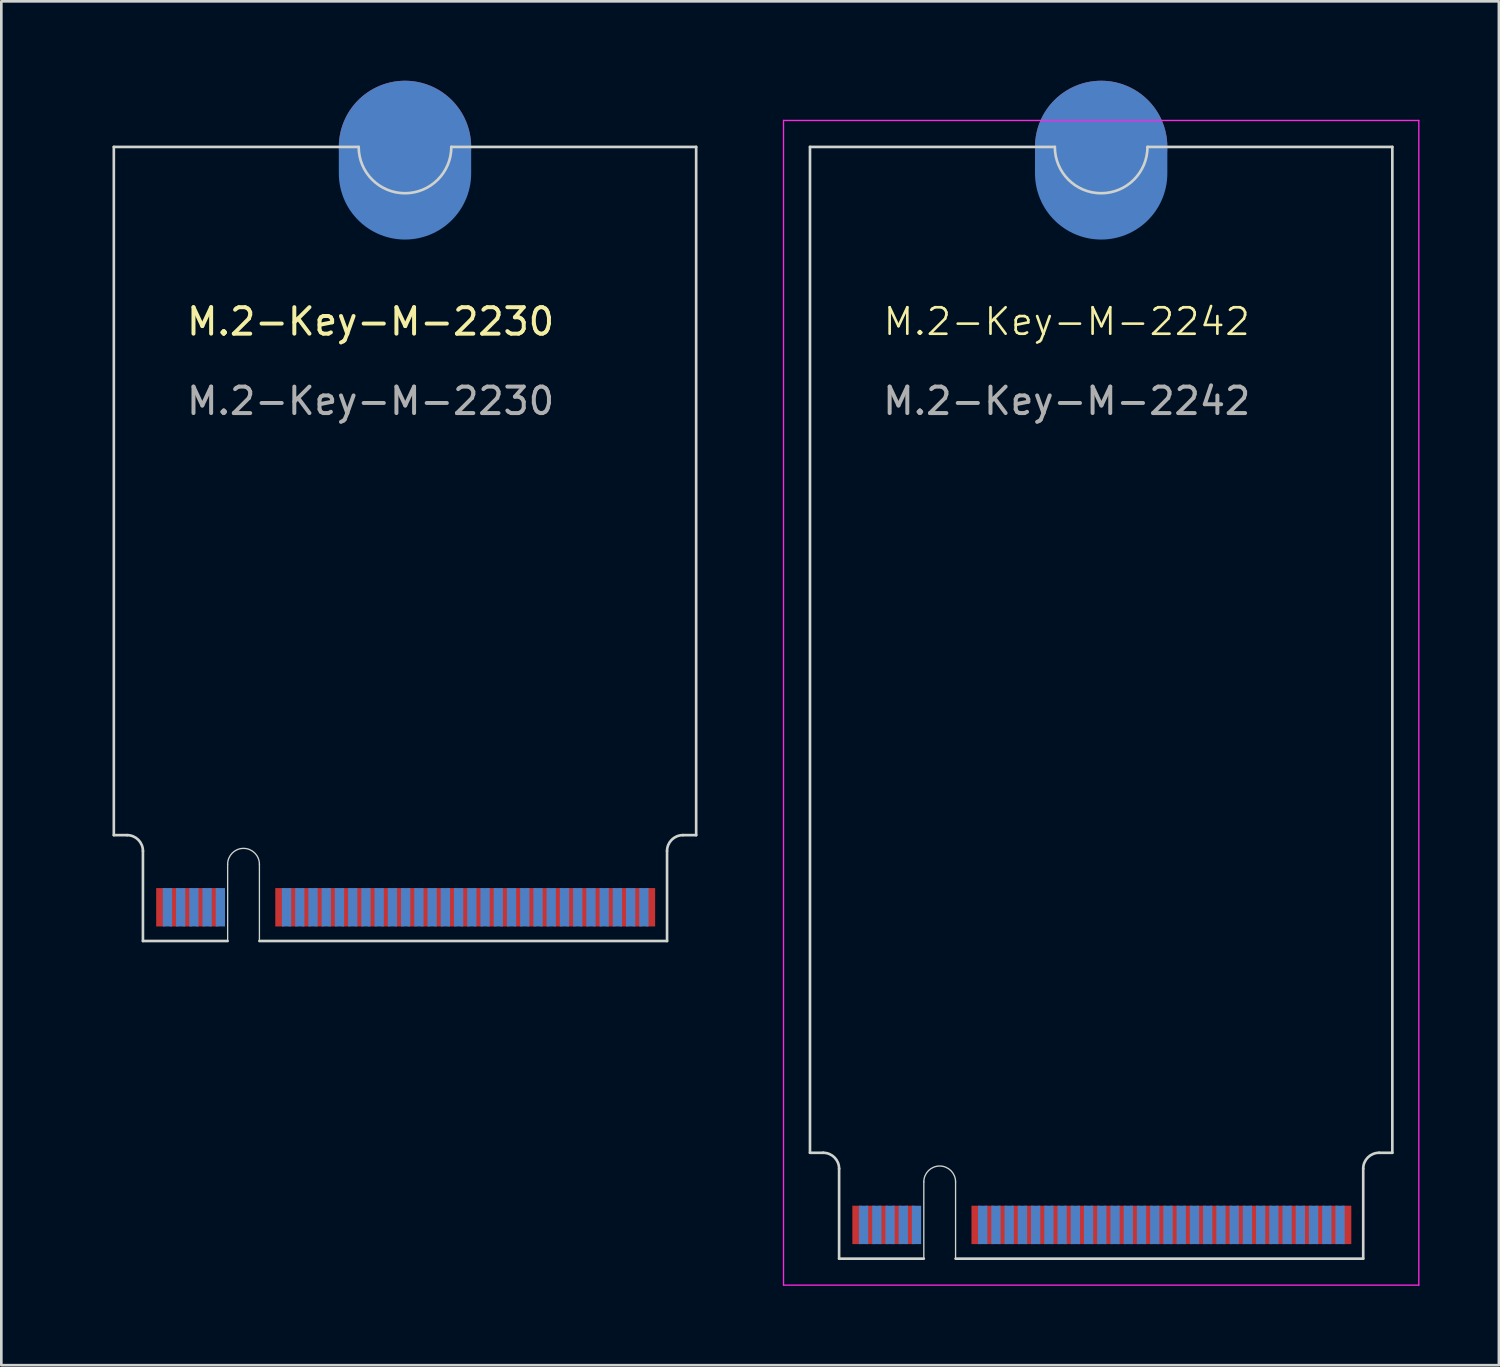
<source format=kicad_pcb>
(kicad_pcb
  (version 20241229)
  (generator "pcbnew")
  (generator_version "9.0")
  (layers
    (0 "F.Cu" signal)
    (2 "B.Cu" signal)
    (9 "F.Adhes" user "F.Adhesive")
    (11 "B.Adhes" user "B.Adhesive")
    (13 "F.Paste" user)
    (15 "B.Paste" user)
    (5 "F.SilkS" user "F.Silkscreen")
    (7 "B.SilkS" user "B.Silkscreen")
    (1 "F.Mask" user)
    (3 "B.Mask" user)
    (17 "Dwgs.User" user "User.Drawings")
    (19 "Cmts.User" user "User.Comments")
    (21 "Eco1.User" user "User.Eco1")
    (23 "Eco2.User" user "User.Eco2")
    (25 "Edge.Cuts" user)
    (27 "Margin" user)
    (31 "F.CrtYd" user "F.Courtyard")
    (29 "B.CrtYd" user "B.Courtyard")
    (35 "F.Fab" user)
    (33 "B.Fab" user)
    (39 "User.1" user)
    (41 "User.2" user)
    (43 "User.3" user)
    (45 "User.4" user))
  (footprint "M.2-Key-M-2242"
    (layer "F.Cu")
    (at 26.55 1.5)
    (property "Reference" "M.2-Key-M-2242" (at 10.7 7.6 0) (unlocked yes) (layer "F.SilkS") (effects (font (size 1 1) (thickness 0.1))))
    (attr exclude_from_pos_files exclude_from_bom allow_missing_courtyard)
    (fp_line (start 1 1) (end 1 39) (stroke (width 0.1) (type default)) (layer "Edge.Cuts"))
    (fp_line (start 1 1) (end 10.25 1) (stroke (width 0.1) (type default)) (layer "Edge.Cuts"))
    (fp_line (start 1 39) (end 1.5 39) (stroke (width 0.1) (type default)) (layer "Edge.Cuts"))
    (fp_line (start 2.1 39.6) (end 2.1 43) (stroke (width 0.1) (type default)) (layer "Edge.Cuts"))
    (fp_line (start 2.1 43) (end 5.3 43) (stroke (width 0.1) (type default)) (layer "Edge.Cuts"))
    (fp_line (start 5.3 43) (end 5.3 40.1) (stroke (width 0.05) (type default)) (layer "Edge.Cuts"))
    (fp_line (start 6.5 40.1) (end 6.5 43) (stroke (width 0.05) (type default)) (layer "Edge.Cuts"))
    (fp_line (start 6.5 43) (end 21.9 43) (stroke (width 0.1) (type default)) (layer "Edge.Cuts"))
    (fp_line (start 21.9 39.6) (end 21.9 43) (stroke (width 0.1) (type default)) (layer "Edge.Cuts"))
    (fp_line (start 23 1) (end 13.75 1) (stroke (width 0.1) (type default)) (layer "Edge.Cuts"))
    (fp_line (start 23 1) (end 23 39) (stroke (width 0.1) (type default)) (layer "Edge.Cuts"))
    (fp_line (start 23 39) (end 22.5 39) (stroke (width 0.1) (type default)) (layer "Edge.Cuts"))
    (fp_arc (start 1.5 39) (mid 1.924264 39.175736) (end 2.1 39.6) (stroke (width 0.1) (type default)) (layer "Edge.Cuts"))
    (fp_arc (start 5.3 40.1) (mid 5.9 39.5) (end 6.5 40.1) (stroke (width 0.05) (type default)) (layer "Edge.Cuts"))
    (fp_arc (start 13.75 1) (mid 12 2.75) (end 10.25 1) (stroke (width 0.1) (type default)) (layer "Edge.Cuts"))
    (fp_arc (start 21.9 39.6) (mid 22.075736 39.175736) (end 22.5 39) (stroke (width 0.1) (type default)) (layer "Edge.Cuts"))
    (fp_line (start 0 0) (end 0 44) (stroke (width 0.05) (type default)) (layer "F.CrtYd"))
    (fp_line (start 0 44) (end 24 44) (stroke (width 0.05) (type default)) (layer "F.CrtYd"))
    (fp_line (start 24 0) (end 0 0) (stroke (width 0.05) (type default)) (layer "F.CrtYd"))
    (fp_line (start 24 44) (end 24 0) (stroke (width 0.05) (type default)) (layer "F.CrtYd"))
    (fp_text user "${REFERENCE}" (at 10.7 10.6 0) (unlocked yes) (layer "F.Fab") (effects (font (size 1 1) (thickness 0.15))))
    (pad "1" connect rect (at 21.275 41.725) (size 0.35 1.45) (layers "F.Cu" "F.Mask"))
    (pad "2" connect rect (at 21.025 41.725) (size 0.35 1.45) (layers "B.Cu" "B.Mask"))
    (pad "3" connect rect (at 20.775 41.725) (size 0.35 1.45) (layers "F.Cu" "F.Mask"))
    (pad "4" connect rect (at 20.525 41.725) (size 0.35 1.45) (layers "B.Cu" "B.Mask"))
    (pad "5" connect rect (at 20.275 41.725) (size 0.35 1.45) (layers "F.Cu" "F.Mask"))
    (pad "6" connect rect (at 20.025 41.725) (size 0.35 1.45) (layers "B.Cu" "B.Mask"))
    (pad "7" connect rect (at 19.775 41.725) (size 0.35 1.45) (layers "F.Cu" "F.Mask"))
    (pad "8" connect rect (at 19.525 41.725) (size 0.35 1.45) (layers "B.Cu" "B.Mask"))
    (pad "9" connect rect (at 19.275 41.725) (size 0.35 1.45) (layers "F.Cu" "F.Mask"))
    (pad "10" connect rect (at 19.025 41.725) (size 0.35 1.45) (layers "B.Cu" "B.Mask"))
    (pad "11" connect rect (at 18.775 41.725) (size 0.35 1.45) (layers "F.Cu" "F.Mask"))
    (pad "12" connect rect (at 18.525 41.725) (size 0.35 1.45) (layers "B.Cu" "B.Mask"))
    (pad "13" connect rect (at 18.275 41.725) (size 0.35 1.45) (layers "F.Cu" "F.Mask"))
    (pad "14" connect rect (at 18.025 41.725) (size 0.35 1.45) (layers "B.Cu" "B.Mask"))
    (pad "15" connect rect (at 17.775 41.725) (size 0.35 1.45) (layers "F.Cu" "F.Mask"))
    (pad "16" connect rect (at 17.525 41.725) (size 0.35 1.45) (layers "B.Cu" "B.Mask"))
    (pad "17" connect rect (at 17.275 41.725) (size 0.35 1.45) (layers "F.Cu" "F.Mask"))
    (pad "18" connect rect (at 17.025 41.725) (size 0.35 1.45) (layers "B.Cu" "B.Mask"))
    (pad "19" connect rect (at 16.775 41.725) (size 0.35 1.45) (layers "F.Cu" "F.Mask"))
    (pad "20" connect rect (at 16.525 41.725) (size 0.35 1.45) (layers "B.Cu" "B.Mask"))
    (pad "21" connect rect (at 16.275 41.725) (size 0.35 1.45) (layers "F.Cu" "F.Mask"))
    (pad "22" connect rect (at 16.025 41.725) (size 0.35 1.45) (layers "B.Cu" "B.Mask"))
    (pad "23" connect rect (at 15.775 41.725) (size 0.35 1.45) (layers "F.Cu" "F.Mask"))
    (pad "24" connect rect (at 15.525 41.725) (size 0.35 1.45) (layers "B.Cu" "B.Mask"))
    (pad "25" connect rect (at 15.275 41.725) (size 0.35 1.45) (layers "F.Cu" "F.Mask"))
    (pad "26" connect rect (at 15.025 41.725) (size 0.35 1.45) (layers "B.Cu" "B.Mask"))
    (pad "27" connect rect (at 14.775 41.725) (size 0.35 1.45) (layers "F.Cu" "F.Mask"))
    (pad "28" connect rect (at 14.525 41.725) (size 0.35 1.45) (layers "B.Cu" "B.Mask"))
    (pad "29" connect rect (at 14.275 41.725) (size 0.35 1.45) (layers "F.Cu" "F.Mask"))
    (pad "30" connect rect (at 14.025 41.725) (size 0.35 1.45) (layers "B.Cu" "B.Mask"))
    (pad "31" connect rect (at 13.775 41.725) (size 0.35 1.45) (layers "F.Cu" "F.Mask"))
    (pad "32" connect rect (at 13.525 41.725) (size 0.35 1.45) (layers "B.Cu" "B.Mask"))
    (pad "33" connect rect (at 13.275 41.725) (size 0.35 1.45) (layers "F.Cu" "F.Mask"))
    (pad "34" connect rect (at 13.025 41.725) (size 0.35 1.45) (layers "B.Cu" "B.Mask"))
    (pad "35" connect rect (at 12.775 41.725) (size 0.35 1.45) (layers "F.Cu" "F.Mask"))
    (pad "36" connect rect (at 12.525 41.725) (size 0.35 1.45) (layers "B.Cu" "B.Mask"))
    (pad "37" connect rect (at 12.275 41.725) (size 0.35 1.45) (layers "F.Cu" "F.Mask"))
    (pad "38" connect rect (at 12.025 41.725) (size 0.35 1.45) (layers "B.Cu" "B.Mask"))
    (pad "39" connect rect (at 11.775 41.725) (size 0.35 1.45) (layers "F.Cu" "F.Mask"))
    (pad "40" connect rect (at 11.525 41.725) (size 0.35 1.45) (layers "B.Cu" "B.Mask"))
    (pad "41" connect rect (at 11.275 41.725) (size 0.35 1.45) (layers "F.Cu" "F.Mask"))
    (pad "42" connect rect (at 11.025 41.725) (size 0.35 1.45) (layers "B.Cu" "B.Mask"))
    (pad "43" connect rect (at 10.775 41.725) (size 0.35 1.45) (layers "F.Cu" "F.Mask"))
    (pad "44" connect rect (at 10.525 41.725) (size 0.35 1.45) (layers "B.Cu" "B.Mask"))
    (pad "45" connect rect (at 10.275 41.725) (size 0.35 1.45) (layers "F.Cu" "F.Mask"))
    (pad "46" connect rect (at 10.025 41.725) (size 0.35 1.45) (layers "B.Cu" "B.Mask"))
    (pad "47" connect rect (at 9.775 41.725) (size 0.35 1.45) (layers "F.Cu" "F.Mask"))
    (pad "48" connect rect (at 9.525 41.725) (size 0.35 1.45) (layers "B.Cu" "B.Mask"))
    (pad "49" connect rect (at 9.275 41.725) (size 0.35 1.45) (layers "F.Cu" "F.Mask"))
    (pad "50" connect rect (at 9.025 41.725) (size 0.35 1.45) (layers "B.Cu" "B.Mask"))
    (pad "51" connect rect (at 8.775 41.725) (size 0.35 1.45) (layers "F.Cu" "F.Mask"))
    (pad "52" connect rect (at 8.525 41.725) (size 0.35 1.45) (layers "B.Cu" "B.Mask"))
    (pad "53" connect rect (at 8.275 41.725) (size 0.35 1.45) (layers "F.Cu" "F.Mask"))
    (pad "54" connect rect (at 8.025 41.725) (size 0.35 1.45) (layers "B.Cu" "B.Mask"))
    (pad "55" connect rect (at 7.775 41.725) (size 0.35 1.45) (layers "F.Cu" "F.Mask"))
    (pad "56" connect rect (at 7.525 41.725) (size 0.35 1.45) (layers "B.Cu" "B.Mask"))
    (pad "57" connect rect (at 7.275 41.725) (size 0.35 1.45) (layers "F.Cu" "F.Mask"))
    (pad "66" connect rect (at 5.025 41.725) (size 0.35 1.45) (layers "B.Cu" "B.Mask"))
    (pad "67" connect rect (at 4.775 41.725) (size 0.35 1.45) (layers "F.Cu" "F.Mask"))
    (pad "68" connect rect (at 4.525 41.725) (size 0.35 1.45) (layers "B.Cu" "B.Mask"))
    (pad "69" connect rect (at 4.275 41.725) (size 0.35 1.45) (layers "F.Cu" "F.Mask"))
    (pad "70" connect rect (at 4.025 41.725) (size 0.35 1.45) (layers "B.Cu" "B.Mask"))
    (pad "71" connect rect (at 3.775 41.725) (size 0.35 1.45) (layers "F.Cu" "F.Mask"))
    (pad "72" connect rect (at 3.525 41.725) (size 0.35 1.45) (layers "B.Cu" "B.Mask"))
    (pad "73" connect rect (at 3.275 41.725) (size 0.35 1.45) (layers "F.Cu" "F.Mask"))
    (pad "74" connect rect (at 3.025 41.725) (size 0.35 1.45) (layers "B.Cu" "B.Mask"))
    (pad "75" connect rect (at 2.775 41.725) (size 0.35 1.45) (layers "F.Cu" "F.Mask"))
    (pad "76" connect circle (at 12 1) (size 5 5) (layers "F.Cu" "F.Mask"))
    (pad "76" connect oval (at 12 1.5) (size 5 6) (layers "B.Cu" "B.Mask")))
  (footprint "M.2-Key-M-2230"
    (layer "F.Cu")
    (at 0.25 1.5)
    (property "Reference" "M.2-Key-M-2230" (at 10.7 7.6 0) (unlocked yes) (layer "F.SilkS") (effects (font (size 1 1) (thickness 0.15))))
    (attr exclude_from_pos_files exclude_from_bom allow_missing_courtyard)
    (fp_line (start 1 1) (end 1 27) (stroke (width 0.1) (type default)) (layer "Edge.Cuts"))
    (fp_line (start 1 1) (end 10.25 1) (stroke (width 0.1) (type default)) (layer "Edge.Cuts"))
    (fp_line (start 1 27) (end 1.5 27) (stroke (width 0.1) (type default)) (layer "Edge.Cuts"))
    (fp_line (start 2.1 27.6) (end 2.1 31) (stroke (width 0.1) (type default)) (layer "Edge.Cuts"))
    (fp_line (start 2.1 31) (end 5.3 31) (stroke (width 0.1) (type default)) (layer "Edge.Cuts"))
    (fp_line (start 5.3 31) (end 5.3 28.1) (stroke (width 0.05) (type default)) (layer "Edge.Cuts"))
    (fp_line (start 6.5 28.1) (end 6.5 31) (stroke (width 0.05) (type default)) (layer "Edge.Cuts"))
    (fp_line (start 6.5 31) (end 21.9 31) (stroke (width 0.1) (type default)) (layer "Edge.Cuts"))
    (fp_line (start 21.9 27.6) (end 21.9 31) (stroke (width 0.1) (type default)) (layer "Edge.Cuts"))
    (fp_line (start 23 1) (end 13.75 1) (stroke (width 0.1) (type default)) (layer "Edge.Cuts"))
    (fp_line (start 23 1) (end 23 27) (stroke (width 0.1) (type default)) (layer "Edge.Cuts"))
    (fp_line (start 23 27) (end 22.5 27) (stroke (width 0.1) (type default)) (layer "Edge.Cuts"))
    (fp_arc (start 1.5 27) (mid 1.924264 27.175736) (end 2.1 27.6) (stroke (width 0.1) (type default)) (layer "Edge.Cuts"))
    (fp_arc (start 5.3 28.1) (mid 5.9 27.5) (end 6.5 28.1) (stroke (width 0.05) (type default)) (layer "Edge.Cuts"))
    (fp_arc (start 13.75 1) (mid 12 2.75) (end 10.25 1) (stroke (width 0.1) (type default)) (layer "Edge.Cuts"))
    (fp_arc (start 21.9 27.6) (mid 22.075736 27.175736) (end 22.5 27) (stroke (width 0.1) (type default)) (layer "Edge.Cuts"))
    (fp_text user "${REFERENCE}" (at 10.7 10.6 0) (unlocked yes) (layer "F.Fab") (effects (font (size 1 1) (thickness 0.15))))
    (pad "1" connect rect (at 21.275 29.725) (size 0.35 1.45) (layers "F.Cu" "F.Mask"))
    (pad "2" connect rect (at 21.025 29.725) (size 0.35 1.45) (layers "B.Cu" "B.Mask"))
    (pad "3" connect rect (at 20.775 29.725) (size 0.35 1.45) (layers "F.Cu" "F.Mask"))
    (pad "4" connect rect (at 20.525 29.725) (size 0.35 1.45) (layers "B.Cu" "B.Mask"))
    (pad "5" connect rect (at 20.275 29.725) (size 0.35 1.45) (layers "F.Cu" "F.Mask"))
    (pad "6" connect rect (at 20.025 29.725) (size 0.35 1.45) (layers "B.Cu" "B.Mask"))
    (pad "7" connect rect (at 19.775 29.725) (size 0.35 1.45) (layers "F.Cu" "F.Mask"))
    (pad "8" connect rect (at 19.525 29.725) (size 0.35 1.45) (layers "B.Cu" "B.Mask"))
    (pad "9" connect rect (at 19.275 29.725) (size 0.35 1.45) (layers "F.Cu" "F.Mask"))
    (pad "10" connect rect (at 19.025 29.725) (size 0.35 1.45) (layers "B.Cu" "B.Mask"))
    (pad "11" connect rect (at 18.775 29.725) (size 0.35 1.45) (layers "F.Cu" "F.Mask"))
    (pad "12" connect rect (at 18.525 29.725) (size 0.35 1.45) (layers "B.Cu" "B.Mask"))
    (pad "13" connect rect (at 18.275 29.725) (size 0.35 1.45) (layers "F.Cu" "F.Mask"))
    (pad "14" connect rect (at 18.025 29.725) (size 0.35 1.45) (layers "B.Cu" "B.Mask"))
    (pad "15" connect rect (at 17.775 29.725) (size 0.35 1.45) (layers "F.Cu" "F.Mask"))
    (pad "16" connect rect (at 17.525 29.725) (size 0.35 1.45) (layers "B.Cu" "B.Mask"))
    (pad "17" connect rect (at 17.275 29.725) (size 0.35 1.45) (layers "F.Cu" "F.Mask"))
    (pad "18" connect rect (at 17.025 29.725) (size 0.35 1.45) (layers "B.Cu" "B.Mask"))
    (pad "19" connect rect (at 16.775 29.725) (size 0.35 1.45) (layers "F.Cu" "F.Mask"))
    (pad "20" connect rect (at 16.525 29.725) (size 0.35 1.45) (layers "B.Cu" "B.Mask"))
    (pad "21" connect rect (at 16.275 29.725) (size 0.35 1.45) (layers "F.Cu" "F.Mask"))
    (pad "22" connect rect (at 16.025 29.725) (size 0.35 1.45) (layers "B.Cu" "B.Mask"))
    (pad "23" connect rect (at 15.775 29.725) (size 0.35 1.45) (layers "F.Cu" "F.Mask"))
    (pad "24" connect rect (at 15.525 29.725) (size 0.35 1.45) (layers "B.Cu" "B.Mask"))
    (pad "25" connect rect (at 15.275 29.725) (size 0.35 1.45) (layers "F.Cu" "F.Mask"))
    (pad "26" connect rect (at 15.025 29.725) (size 0.35 1.45) (layers "B.Cu" "B.Mask"))
    (pad "27" connect rect (at 14.775 29.725) (size 0.35 1.45) (layers "F.Cu" "F.Mask"))
    (pad "28" connect rect (at 14.525 29.725) (size 0.35 1.45) (layers "B.Cu" "B.Mask"))
    (pad "29" connect rect (at 14.275 29.725) (size 0.35 1.45) (layers "F.Cu" "F.Mask"))
    (pad "30" connect rect (at 14.025 29.725) (size 0.35 1.45) (layers "B.Cu" "B.Mask"))
    (pad "31" connect rect (at 13.775 29.725) (size 0.35 1.45) (layers "F.Cu" "F.Mask"))
    (pad "32" connect rect (at 13.525 29.725) (size 0.35 1.45) (layers "B.Cu" "B.Mask"))
    (pad "33" connect rect (at 13.275 29.725) (size 0.35 1.45) (layers "F.Cu" "F.Mask"))
    (pad "34" connect rect (at 13.025 29.725) (size 0.35 1.45) (layers "B.Cu" "B.Mask"))
    (pad "35" connect rect (at 12.775 29.725) (size 0.35 1.45) (layers "F.Cu" "F.Mask"))
    (pad "36" connect rect (at 12.525 29.725) (size 0.35 1.45) (layers "B.Cu" "B.Mask"))
    (pad "37" connect rect (at 12.275 29.725) (size 0.35 1.45) (layers "F.Cu" "F.Mask"))
    (pad "38" connect rect (at 12.025 29.725) (size 0.35 1.45) (layers "B.Cu" "B.Mask"))
    (pad "39" connect rect (at 11.775 29.725) (size 0.35 1.45) (layers "F.Cu" "F.Mask"))
    (pad "40" connect rect (at 11.525 29.725) (size 0.35 1.45) (layers "B.Cu" "B.Mask"))
    (pad "41" connect rect (at 11.275 29.725) (size 0.35 1.45) (layers "F.Cu" "F.Mask"))
    (pad "42" connect rect (at 11.025 29.725) (size 0.35 1.45) (layers "B.Cu" "B.Mask"))
    (pad "43" connect rect (at 10.775 29.725) (size 0.35 1.45) (layers "F.Cu" "F.Mask"))
    (pad "44" connect rect (at 10.525 29.725) (size 0.35 1.45) (layers "B.Cu" "B.Mask"))
    (pad "45" connect rect (at 10.275 29.725) (size 0.35 1.45) (layers "F.Cu" "F.Mask"))
    (pad "46" connect rect (at 10.025 29.725) (size 0.35 1.45) (layers "B.Cu" "B.Mask"))
    (pad "47" connect rect (at 9.775 29.725) (size 0.35 1.45) (layers "F.Cu" "F.Mask"))
    (pad "48" connect rect (at 9.525 29.725) (size 0.35 1.45) (layers "B.Cu" "B.Mask"))
    (pad "49" connect rect (at 9.275 29.725) (size 0.35 1.45) (layers "F.Cu" "F.Mask"))
    (pad "50" connect rect (at 9.025 29.725) (size 0.35 1.45) (layers "B.Cu" "B.Mask"))
    (pad "51" connect rect (at 8.775 29.725) (size 0.35 1.45) (layers "F.Cu" "F.Mask"))
    (pad "52" connect rect (at 8.525 29.725) (size 0.35 1.45) (layers "B.Cu" "B.Mask"))
    (pad "53" connect rect (at 8.275 29.725) (size 0.35 1.45) (layers "F.Cu" "F.Mask"))
    (pad "54" connect rect (at 8.025 29.725) (size 0.35 1.45) (layers "B.Cu" "B.Mask"))
    (pad "55" connect rect (at 7.775 29.725) (size 0.35 1.45) (layers "F.Cu" "F.Mask"))
    (pad "56" connect rect (at 7.525 29.725) (size 0.35 1.45) (layers "B.Cu" "B.Mask"))
    (pad "57" connect rect (at 7.275 29.725) (size 0.35 1.45) (layers "F.Cu" "F.Mask"))
    (pad "66" connect rect (at 5.025 29.725) (size 0.35 1.45) (layers "B.Cu" "B.Mask"))
    (pad "67" connect rect (at 4.775 29.725) (size 0.35 1.45) (layers "F.Cu" "F.Mask"))
    (pad "68" connect rect (at 4.525 29.725) (size 0.35 1.45) (layers "B.Cu" "B.Mask"))
    (pad "69" connect rect (at 4.275 29.725) (size 0.35 1.45) (layers "F.Cu" "F.Mask"))
    (pad "70" connect rect (at 4.025 29.725) (size 0.35 1.45) (layers "B.Cu" "B.Mask"))
    (pad "71" connect rect (at 3.775 29.725) (size 0.35 1.45) (layers "F.Cu" "F.Mask"))
    (pad "72" connect rect (at 3.525 29.725) (size 0.35 1.45) (layers "B.Cu" "B.Mask"))
    (pad "73" connect rect (at 3.275 29.725) (size 0.35 1.45) (layers "F.Cu" "F.Mask"))
    (pad "74" connect rect (at 3.025 29.725) (size 0.35 1.45) (layers "B.Cu" "B.Mask"))
    (pad "75" connect rect (at 2.775 29.725) (size 0.35 1.45) (layers "F.Cu" "F.Mask"))
    (pad "76" connect circle (at 12 1) (size 5 5) (layers "F.Cu" "F.Mask"))
    (pad "76" connect oval (at 12 1.5) (size 5 6) (layers "B.Cu" "B.Mask"))
    (zone (net_name "") (layer "F.Cu") (name "TOP COMPONENT KEEPOUT") (hatch edge 0.5) (connect_pads) (min_thickness 0.25) (filled_areas_thickness no) (keepout (tracks allowed) (vias allowed) (pads allowed) (copperpour allowed) (footprints not_allowed)) (placement (enabled no)) (fill) (polygon (pts (xy 2.35 32.5) (xy 2.35 28.5) (xy 22.15 28.5) (xy 22.15 32.5))))
    (zone (net_name "") (layer "B.Cu") (name "BOTTOM COMPONENT KEEPOUT") (hatch edge 0.5) (connect_pads) (min_thickness 0.25) (filled_areas_thickness no) (keepout (tracks allowed) (vias allowed) (pads allowed) (copperpour allowed) (footprints not_allowed)) (placement (enabled no)) (fill) (polygon (pts (xy 2.35 32.5) (xy 22.15 32.5) (xy 22.15 28.5) (xy 23.25 28.5) (xy 23.25 27.3) (xy 1.25 27.3) (xy 1.25 28.5) (xy 2.35 28.5)))))
  (gr_rect
    (start -3 -3)
    (end 53.575 48.525)
    (stroke (width 0.1) (type default))
    (fill no)
    (layer "Edge.Cuts")))
</source>
